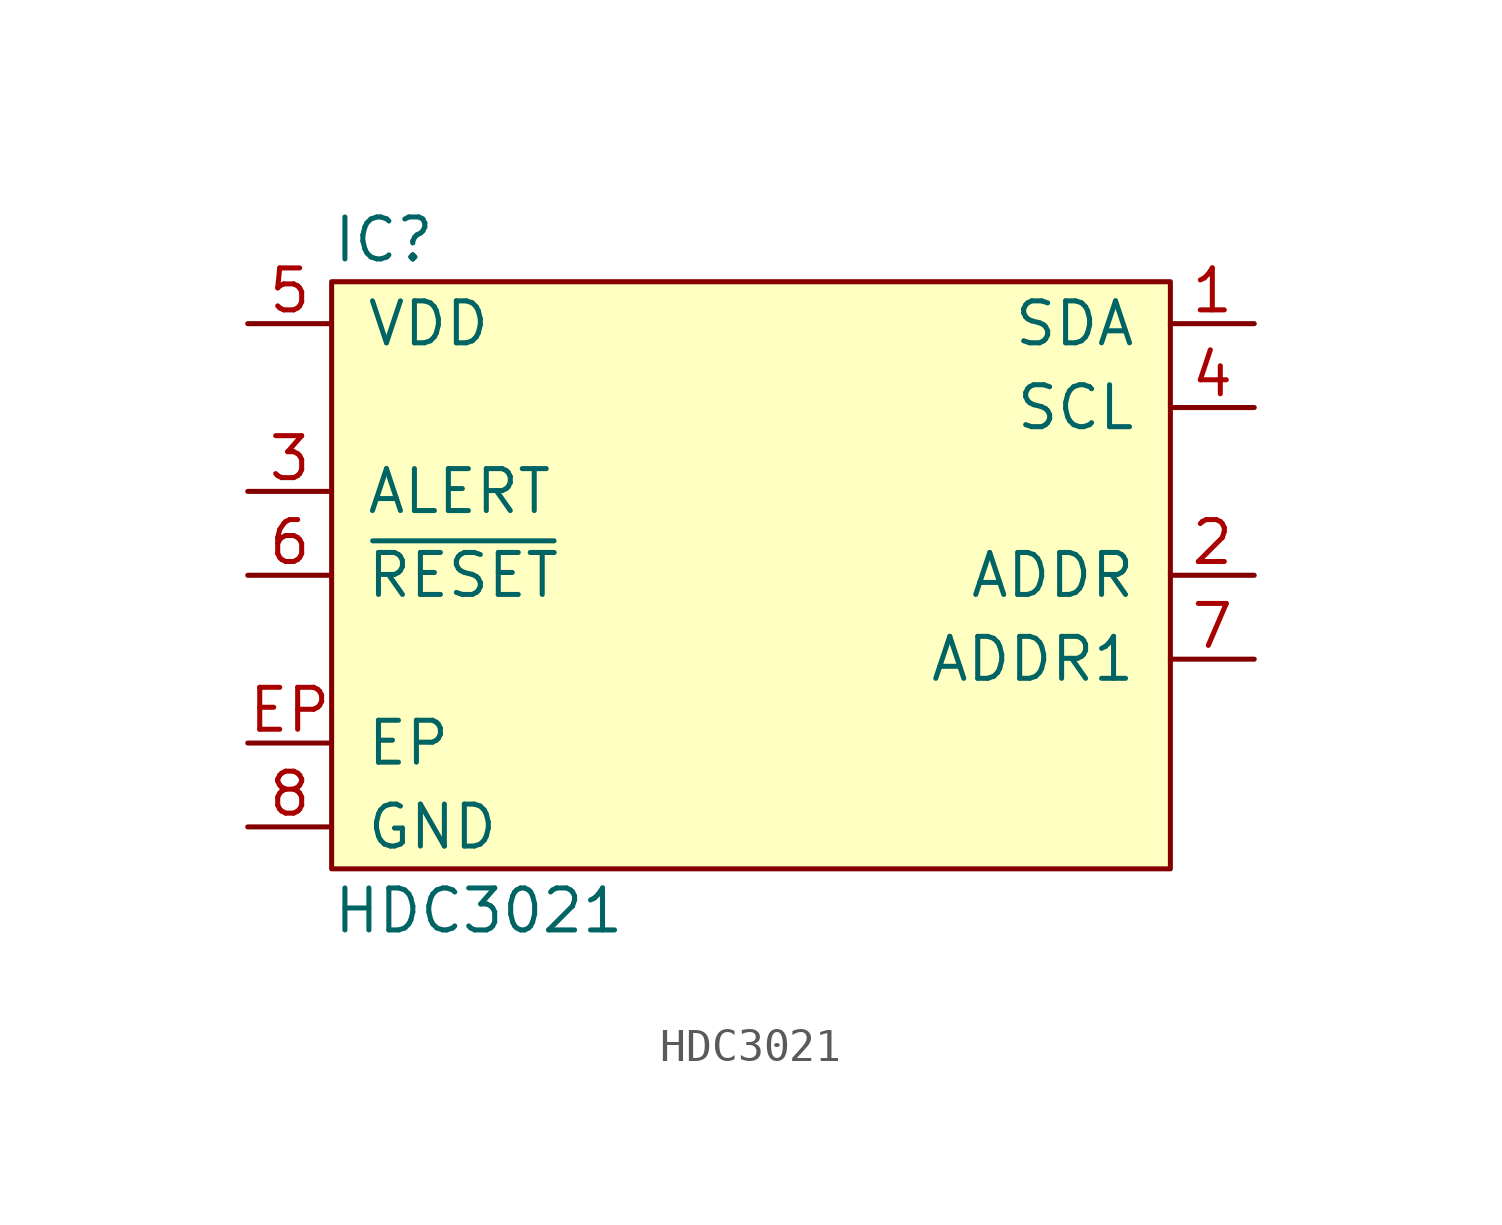
<source format=kicad_sym>
(kicad_symbol_lib
  (version 20211014)
  (generator agg_kicad.build_lib_ic)
  (symbol "HDC3021"
    (pin_names
      (offset 1.016))
    (property Reference IC
      (at -12.7 10.16 0)
      (effects (font (size 1.27 1.27)) (justify left)))
    (property Value "HDC3021"
      (at -12.7 -10.16 0)
      (effects (font (size 1.27 1.27)) (justify left)))
    (symbol "HDC3021_0_0"
      (rectangle (start -12.7 8.89) (end 12.7 -8.89) (stroke (width 0) (type default) (color 0 0 0 0)) (fill (type background)))
      (pin power_in line (at -15.24 7.62 0) (length 2.54) (name VDD (effects (font (size 1.27 1.27)))) (number "5" (effects (font (size 1.27 1.27)))))
      (pin output line (at -15.24 2.54 0) (length 2.54) (name ALERT (effects (font (size 1.27 1.27)))) (number "3" (effects (font (size 1.27 1.27)))))
      (pin input line (at -15.24 0 0) (length 2.54) (name "~{RESET}" (effects (font (size 1.27 1.27)))) (number "6" (effects (font (size 1.27 1.27)))))
      (pin power_in line (at -15.24 -5.08 0) (length 2.54) (name EP (effects (font (size 1.27 1.27)))) (number EP (effects (font (size 1.27 1.27)))))
      (pin power_in line (at -15.24 -7.62 0) (length 2.54) (name GND (effects (font (size 1.27 1.27)))) (number "8" (effects (font (size 1.27 1.27)))))
      (pin bidirectional line (at 15.24 7.62 180) (length 2.54) (name SDA (effects (font (size 1.27 1.27)))) (number "1" (effects (font (size 1.27 1.27)))))
      (pin input line (at 15.24 5.08 180) (length 2.54) (name SCL (effects (font (size 1.27 1.27)))) (number "4" (effects (font (size 1.27 1.27)))))
      (pin input line (at 15.24 0 180) (length 2.54) (name ADDR (effects (font (size 1.27 1.27)))) (number "2" (effects (font (size 1.27 1.27)))))
      (pin input line (at 15.24 -2.54 180) (length 2.54) (name "ADDR1" (effects (font (size 1.27 1.27)))) (number "7" (effects (font (size 1.27 1.27))))))))
</source>
